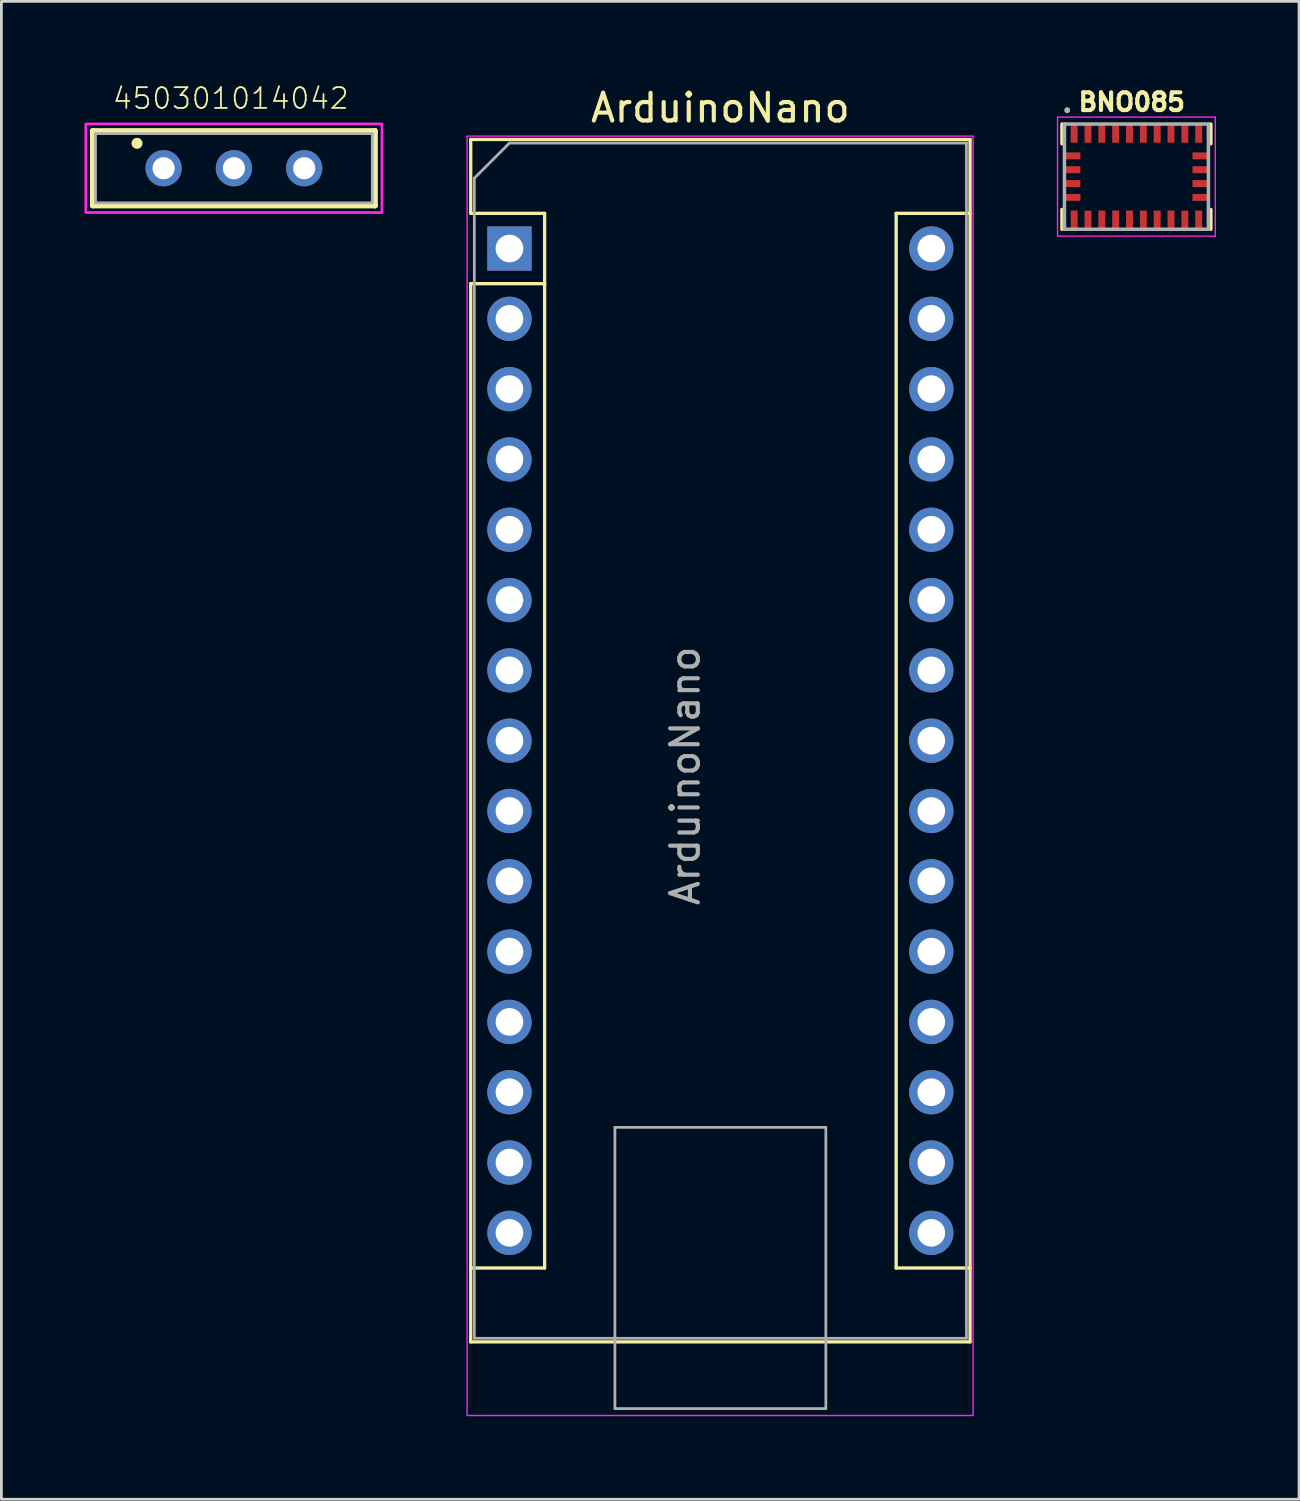
<source format=kicad_pcb>
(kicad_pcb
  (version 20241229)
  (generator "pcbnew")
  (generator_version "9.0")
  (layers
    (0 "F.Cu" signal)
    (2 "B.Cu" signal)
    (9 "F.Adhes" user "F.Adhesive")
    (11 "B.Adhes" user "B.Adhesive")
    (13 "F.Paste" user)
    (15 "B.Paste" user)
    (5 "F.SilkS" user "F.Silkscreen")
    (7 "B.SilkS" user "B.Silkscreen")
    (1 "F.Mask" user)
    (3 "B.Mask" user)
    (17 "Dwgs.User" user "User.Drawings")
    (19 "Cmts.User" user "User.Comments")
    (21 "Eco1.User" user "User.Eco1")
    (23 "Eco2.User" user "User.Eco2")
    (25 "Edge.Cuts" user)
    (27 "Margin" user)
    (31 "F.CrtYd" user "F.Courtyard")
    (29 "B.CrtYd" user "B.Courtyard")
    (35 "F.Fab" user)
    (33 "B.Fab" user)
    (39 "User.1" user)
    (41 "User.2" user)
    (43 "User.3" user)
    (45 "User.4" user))
  (footprint "BNO085"
    (layer "F.Cu")
    (at 38.005 3.331)
    (property "Reference" "BNO085" (at -0.168 -2.694 0) (layer "F.SilkS") (effects (font (size 0.64 0.64) (thickness 0.15))))
    (attr smd)
    (fp_line (start -2.688 -1.9) (end -2.688 -1.188) (stroke (width 0.127) (type solid)) (layer "F.SilkS"))
    (fp_line (start -2.688 1.9) (end -2.688 1.188) (stroke (width 0.127) (type solid)) (layer "F.SilkS"))
    (fp_line (start 2.688 -1.9) (end 2.688 -1.188) (stroke (width 0.127) (type solid)) (layer "F.SilkS"))
    (fp_line (start 2.688 1.9) (end 2.688 1.188) (stroke (width 0.127) (type solid)) (layer "F.SilkS"))
    (fp_circle (center -2.5 -2.4) (end -2.45 -2.4) (stroke (width 0.1) (type solid)) (fill no) (layer "F.SilkS"))
    (fp_line (start -2.85 -2.15) (end 2.85 -2.15) (stroke (width 0.05) (type solid)) (layer "F.CrtYd"))
    (fp_line (start -2.85 2.15) (end -2.85 -2.15) (stroke (width 0.05) (type solid)) (layer "F.CrtYd"))
    (fp_line (start 2.85 -2.15) (end 2.85 2.15) (stroke (width 0.05) (type solid)) (layer "F.CrtYd"))
    (fp_line (start 2.85 2.15) (end -2.85 2.15) (stroke (width 0.05) (type solid)) (layer "F.CrtYd"))
    (fp_line (start -2.6 -1.9) (end 2.6 -1.9) (stroke (width 0.127) (type solid)) (layer "F.Fab"))
    (fp_line (start -2.6 1.9) (end -2.6 -1.9) (stroke (width 0.127) (type solid)) (layer "F.Fab"))
    (fp_line (start 2.6 -1.9) (end 2.6 1.9) (stroke (width 0.127) (type solid)) (layer "F.Fab"))
    (fp_line (start 2.6 1.9) (end -2.6 1.9) (stroke (width 0.127) (type solid)) (layer "F.Fab"))
    (fp_circle (center -2.5 -2.4) (end -2.45 -2.4) (stroke (width 0.1) (type solid)) (fill no) (layer "F.Fab"))
    (pad "1" smd rect (at -2.25 -1.562 90) (size 0.675 0.25) (layers "F.Cu" "F.Mask" "F.Paste"))
    (pad "2" smd rect (at -2.312 -0.75) (size 0.575 0.25) (layers "F.Cu" "F.Mask" "F.Paste"))
    (pad "3" smd rect (at -2.312 -0.25) (size 0.575 0.25) (layers "F.Cu" "F.Mask" "F.Paste"))
    (pad "4" smd rect (at -2.312 0.25) (size 0.575 0.25) (layers "F.Cu" "F.Mask" "F.Paste"))
    (pad "5" smd rect (at -2.312 0.75) (size 0.575 0.25) (layers "F.Cu" "F.Mask" "F.Paste"))
    (pad "6" smd rect (at -2.25 1.562 270) (size 0.675 0.25) (layers "F.Cu" "F.Mask" "F.Paste"))
    (pad "7" smd rect (at -1.75 1.562 270) (size 0.675 0.25) (layers "F.Cu" "F.Mask" "F.Paste"))
    (pad "8" smd rect (at -1.25 1.562 270) (size 0.675 0.25) (layers "F.Cu" "F.Mask" "F.Paste"))
    (pad "9" smd rect (at -0.75 1.562 270) (size 0.675 0.25) (layers "F.Cu" "F.Mask" "F.Paste"))
    (pad "10" smd rect (at -0.25 1.562 270) (size 0.675 0.25) (layers "F.Cu" "F.Mask" "F.Paste"))
    (pad "11" smd rect (at 0.25 1.562 270) (size 0.675 0.25) (layers "F.Cu" "F.Mask" "F.Paste"))
    (pad "12" smd rect (at 0.75 1.562 270) (size 0.675 0.25) (layers "F.Cu" "F.Mask" "F.Paste"))
    (pad "13" smd rect (at 1.25 1.562 270) (size 0.675 0.25) (layers "F.Cu" "F.Mask" "F.Paste"))
    (pad "14" smd rect (at 1.75 1.562 270) (size 0.675 0.25) (layers "F.Cu" "F.Mask" "F.Paste"))
    (pad "15" smd rect (at 2.25 1.562 270) (size 0.675 0.25) (layers "F.Cu" "F.Mask" "F.Paste"))
    (pad "16" smd rect (at 2.312 0.75 180) (size 0.575 0.25) (layers "F.Cu" "F.Mask" "F.Paste"))
    (pad "17" smd rect (at 2.312 0.25 180) (size 0.575 0.25) (layers "F.Cu" "F.Mask" "F.Paste"))
    (pad "18" smd rect (at 2.312 -0.25 180) (size 0.575 0.25) (layers "F.Cu" "F.Mask" "F.Paste"))
    (pad "19" smd rect (at 2.312 -0.75 180) (size 0.575 0.25) (layers "F.Cu" "F.Mask" "F.Paste"))
    (pad "20" smd rect (at 2.25 -1.562 90) (size 0.675 0.25) (layers "F.Cu" "F.Mask" "F.Paste"))
    (pad "21" smd rect (at 1.75 -1.562 90) (size 0.675 0.25) (layers "F.Cu" "F.Mask" "F.Paste"))
    (pad "22" smd rect (at 1.25 -1.562 90) (size 0.675 0.25) (layers "F.Cu" "F.Mask" "F.Paste"))
    (pad "23" smd rect (at 0.75 -1.562 90) (size 0.675 0.25) (layers "F.Cu" "F.Mask" "F.Paste"))
    (pad "24" smd rect (at 0.25 -1.562 90) (size 0.675 0.25) (layers "F.Cu" "F.Mask" "F.Paste"))
    (pad "25" smd rect (at -0.25 -1.562 90) (size 0.675 0.25) (layers "F.Cu" "F.Mask" "F.Paste"))
    (pad "26" smd rect (at -0.75 -1.562 90) (size 0.675 0.25) (layers "F.Cu" "F.Mask" "F.Paste"))
    (pad "27" smd rect (at -1.25 -1.562 90) (size 0.675 0.25) (layers "F.Cu" "F.Mask" "F.Paste"))
    (pad "28" smd rect (at -1.75 -1.562 90) (size 0.675 0.25) (layers "F.Cu" "F.Mask" "F.Paste")))
  (footprint "450301014042"
    (layer "F.Cu")
    (at 5.4 3.028)
    (property "Reference" "450301014042" (at -0.112 -2.085 0) (layer "F.SilkS") (effects (font (size 0.748 0.748) (thickness 0.065)) (justify bottom)))
    (fp_line (start -5.1 -1.35) (end 5.1 -1.35) (stroke (width 0.2) (type solid)) (layer "F.SilkS"))
    (fp_line (start -5.1 1.35) (end -5.1 -1.35) (stroke (width 0.2) (type solid)) (layer "F.SilkS"))
    (fp_line (start 5.1 -1.35) (end 5.1 1.35) (stroke (width 0.2) (type solid)) (layer "F.SilkS"))
    (fp_line (start 5.1 1.35) (end -5.1 1.35) (stroke (width 0.2) (type solid)) (layer "F.SilkS"))
    (fp_circle (center -3.5 -0.9) (end -3.4 -0.9) (stroke (width 0.2) (type solid)) (fill no) (layer "F.SilkS"))
    (fp_poly (pts (xy 5.35 1.6) (xy -5.35 1.6) (xy -5.35 -1.6) (xy 5.35 -1.6)) (stroke (width 0.1) (type default)) (fill no) (layer "F.CrtYd"))
    (fp_line (start -5 -1.25) (end -5 1.25) (stroke (width 0.1) (type solid)) (layer "F.Fab"))
    (fp_line (start -5 1.25) (end 5 1.25) (stroke (width 0.1) (type solid)) (layer "F.Fab"))
    (fp_line (start 5 -1.25) (end -5 -1.25) (stroke (width 0.1) (type solid)) (layer "F.Fab"))
    (fp_line (start 5 1.25) (end 5 -1.25) (stroke (width 0.1) (type solid)) (layer "F.Fab"))
    (pad "1" thru_hole circle (at -2.54 0) (size 1.308 1.308) (drill 0.8) (layers "*.Cu" "*.Mask"))
    (pad "2" thru_hole circle (at 0 0) (size 1.308 1.308) (drill 0.8) (layers "*.Cu" "*.Mask"))
    (pad "3" thru_hole circle (at 2.54 0) (size 1.308 1.308) (drill 0.8) (layers "*.Cu" "*.Mask")))
  (footprint "ArduinoNano"
    (layer "F.Cu")
    (at 15.355 5.928)
    (property "Reference" "ArduinoNano" (at 7.62 -5.08 0) (layer "F.SilkS") (effects (font (size 1 1) (thickness 0.15))))
    (attr through_hole)
    (fp_line (start -1.4 -3.94) (end -1.4 -1.27) (stroke (width 0.12) (type solid)) (layer "F.SilkS"))
    (fp_line (start -1.4 1.27) (end -1.4 39.5) (stroke (width 0.12) (type solid)) (layer "F.SilkS"))
    (fp_line (start -1.4 39.5) (end 16.64 39.5) (stroke (width 0.12) (type solid)) (layer "F.SilkS"))
    (fp_line (start 1.27 -1.27) (end -1.4 -1.27) (stroke (width 0.12) (type solid)) (layer "F.SilkS"))
    (fp_line (start 1.27 1.27) (end -1.4 1.27) (stroke (width 0.12) (type solid)) (layer "F.SilkS"))
    (fp_line (start 1.27 1.27) (end 1.27 -1.27) (stroke (width 0.12) (type solid)) (layer "F.SilkS"))
    (fp_line (start 1.27 1.27) (end 1.27 36.83) (stroke (width 0.12) (type solid)) (layer "F.SilkS"))
    (fp_line (start 1.27 36.83) (end -1.4 36.83) (stroke (width 0.12) (type solid)) (layer "F.SilkS"))
    (fp_line (start 13.97 -1.27) (end 13.97 36.83) (stroke (width 0.12) (type solid)) (layer "F.SilkS"))
    (fp_line (start 13.97 -1.27) (end 16.64 -1.27) (stroke (width 0.12) (type solid)) (layer "F.SilkS"))
    (fp_line (start 13.97 36.83) (end 16.64 36.83) (stroke (width 0.12) (type solid)) (layer "F.SilkS"))
    (fp_line (start 16.64 -3.94) (end -1.4 -3.94) (stroke (width 0.12) (type solid)) (layer "F.SilkS"))
    (fp_line (start 16.64 39.5) (end 16.64 -3.94) (stroke (width 0.12) (type solid)) (layer "F.SilkS"))
    (fp_line (start -1.53 -4.06) (end -1.53 42.16) (stroke (width 0.05) (type solid)) (layer "F.CrtYd"))
    (fp_line (start -1.53 -4.06) (end 16.75 -4.06) (stroke (width 0.05) (type solid)) (layer "F.CrtYd"))
    (fp_line (start 16.75 42.16) (end -1.53 42.16) (stroke (width 0.05) (type solid)) (layer "F.CrtYd"))
    (fp_line (start 16.75 42.16) (end 16.75 -4.06) (stroke (width 0.05) (type solid)) (layer "F.CrtYd"))
    (fp_line (start -1.27 -2.54) (end 0 -3.81) (stroke (width 0.1) (type solid)) (layer "F.Fab"))
    (fp_line (start -1.27 39.37) (end -1.27 -2.54) (stroke (width 0.1) (type solid)) (layer "F.Fab"))
    (fp_line (start 0 -3.81) (end 16.51 -3.81) (stroke (width 0.1) (type solid)) (layer "F.Fab"))
    (fp_line (start 3.81 31.75) (end 11.43 31.75) (stroke (width 0.1) (type solid)) (layer "F.Fab"))
    (fp_line (start 3.81 41.91) (end 3.81 31.75) (stroke (width 0.1) (type solid)) (layer "F.Fab"))
    (fp_line (start 11.43 31.75) (end 11.43 41.91) (stroke (width 0.1) (type solid)) (layer "F.Fab"))
    (fp_line (start 11.43 41.91) (end 3.81 41.91) (stroke (width 0.1) (type solid)) (layer "F.Fab"))
    (fp_line (start 16.51 -3.81) (end 16.51 39.37) (stroke (width 0.1) (type solid)) (layer "F.Fab"))
    (fp_line (start 16.51 39.37) (end -1.27 39.37) (stroke (width 0.1) (type solid)) (layer "F.Fab"))
    (fp_text user "${REFERENCE}" (at 6.35 19.05 90) (layer "F.Fab") (effects (font (size 1 1) (thickness 0.15))))
    (pad "1" thru_hole rect (at 0 0) (size 1.6 1.6) (drill 1) (layers "*.Cu" "*.Mask"))
    (pad "2" thru_hole oval (at 0 2.54) (size 1.6 1.6) (drill 1) (layers "*.Cu" "*.Mask"))
    (pad "3" thru_hole oval (at 0 5.08) (size 1.6 1.6) (drill 1) (layers "*.Cu" "*.Mask"))
    (pad "4" thru_hole oval (at 0 7.62) (size 1.6 1.6) (drill 1) (layers "*.Cu" "*.Mask"))
    (pad "5" thru_hole oval (at 0 10.16) (size 1.6 1.6) (drill 1) (layers "*.Cu" "*.Mask"))
    (pad "6" thru_hole oval (at 0 12.7) (size 1.6 1.6) (drill 1) (layers "*.Cu" "*.Mask"))
    (pad "7" thru_hole oval (at 0 15.24) (size 1.6 1.6) (drill 1) (layers "*.Cu" "*.Mask"))
    (pad "8" thru_hole oval (at 0 17.78) (size 1.6 1.6) (drill 1) (layers "*.Cu" "*.Mask"))
    (pad "9" thru_hole oval (at 0 20.32) (size 1.6 1.6) (drill 1) (layers "*.Cu" "*.Mask"))
    (pad "10" thru_hole oval (at 0 22.86) (size 1.6 1.6) (drill 1) (layers "*.Cu" "*.Mask"))
    (pad "11" thru_hole oval (at 0 25.4) (size 1.6 1.6) (drill 1) (layers "*.Cu" "*.Mask"))
    (pad "12" thru_hole oval (at 0 27.94) (size 1.6 1.6) (drill 1) (layers "*.Cu" "*.Mask"))
    (pad "13" thru_hole oval (at 0 30.48) (size 1.6 1.6) (drill 1) (layers "*.Cu" "*.Mask"))
    (pad "14" thru_hole oval (at 0 33.02) (size 1.6 1.6) (drill 1) (layers "*.Cu" "*.Mask"))
    (pad "15" thru_hole oval (at 0 35.56) (size 1.6 1.6) (drill 1) (layers "*.Cu" "*.Mask"))
    (pad "16" thru_hole oval (at 15.24 35.56) (size 1.6 1.6) (drill 1) (layers "*.Cu" "*.Mask"))
    (pad "17" thru_hole oval (at 15.24 33.02) (size 1.6 1.6) (drill 1) (layers "*.Cu" "*.Mask"))
    (pad "18" thru_hole oval (at 15.24 30.48) (size 1.6 1.6) (drill 1) (layers "*.Cu" "*.Mask"))
    (pad "19" thru_hole oval (at 15.24 27.94) (size 1.6 1.6) (drill 1) (layers "*.Cu" "*.Mask"))
    (pad "20" thru_hole oval (at 15.24 25.4) (size 1.6 1.6) (drill 1) (layers "*.Cu" "*.Mask"))
    (pad "21" thru_hole oval (at 15.24 22.86) (size 1.6 1.6) (drill 1) (layers "*.Cu" "*.Mask"))
    (pad "22" thru_hole oval (at 15.24 20.32) (size 1.6 1.6) (drill 1) (layers "*.Cu" "*.Mask"))
    (pad "23" thru_hole oval (at 15.24 17.78) (size 1.6 1.6) (drill 1) (layers "*.Cu" "*.Mask"))
    (pad "24" thru_hole oval (at 15.24 15.24) (size 1.6 1.6) (drill 1) (layers "*.Cu" "*.Mask"))
    (pad "25" thru_hole oval (at 15.24 12.7) (size 1.6 1.6) (drill 1) (layers "*.Cu" "*.Mask"))
    (pad "26" thru_hole oval (at 15.24 10.16) (size 1.6 1.6) (drill 1) (layers "*.Cu" "*.Mask"))
    (pad "27" thru_hole oval (at 15.24 7.62) (size 1.6 1.6) (drill 1) (layers "*.Cu" "*.Mask"))
    (pad "28" thru_hole oval (at 15.24 5.08) (size 1.6 1.6) (drill 1) (layers "*.Cu" "*.Mask"))
    (pad "29" thru_hole oval (at 15.24 2.54) (size 1.6 1.6) (drill 1) (layers "*.Cu" "*.Mask"))
    (pad "30" thru_hole oval (at 15.24 0) (size 1.6 1.6) (drill 1) (layers "*.Cu" "*.Mask")))
  (gr_rect
    (start -3 -3)
    (end 43.88 51.113)
    (stroke (width 0.1) (type default))
    (fill no)
    (layer "Edge.Cuts")))
</source>
